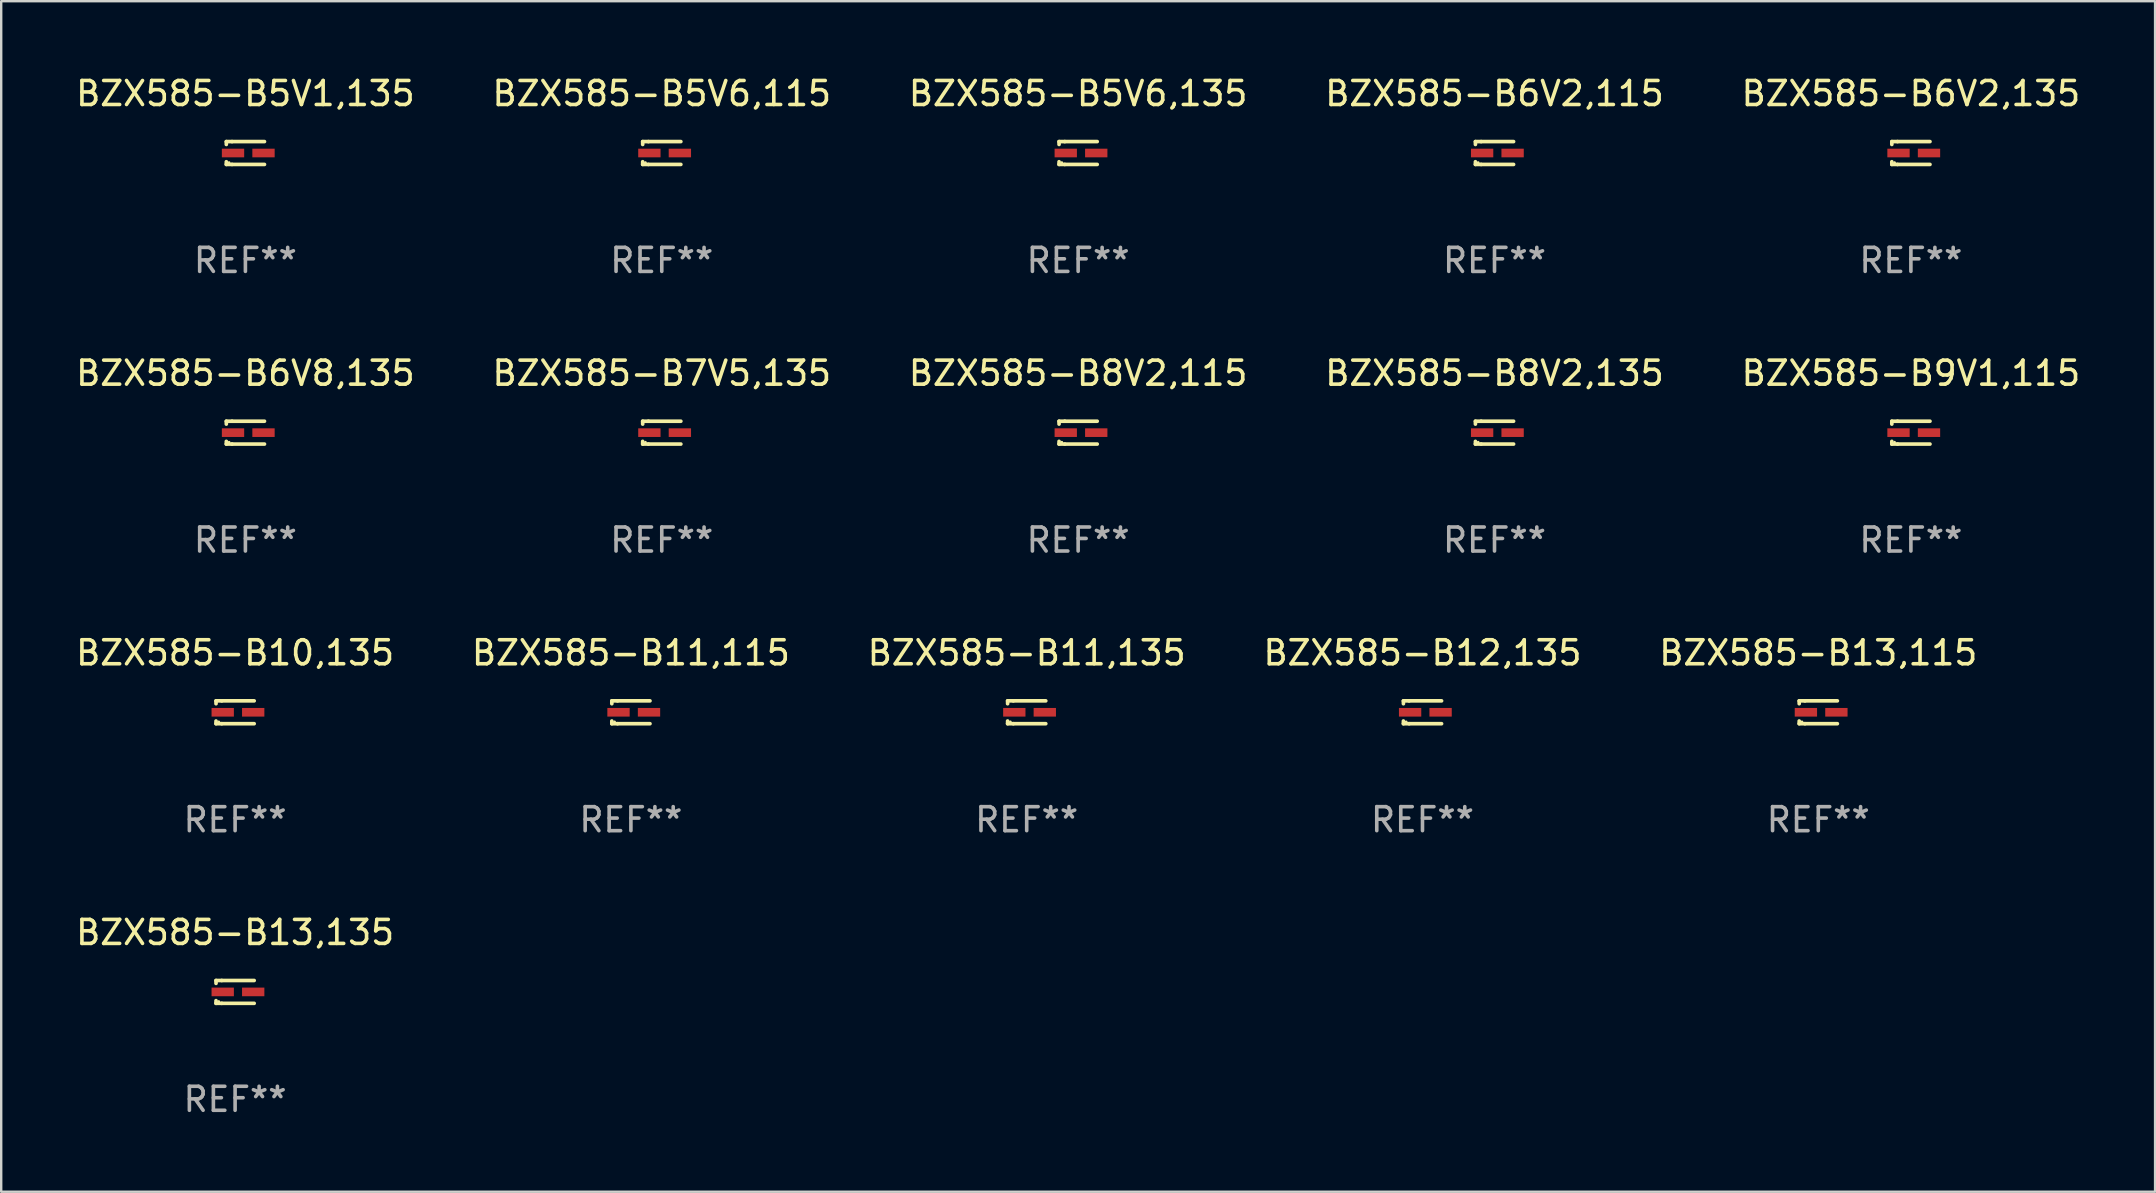
<source format=kicad_pcb>
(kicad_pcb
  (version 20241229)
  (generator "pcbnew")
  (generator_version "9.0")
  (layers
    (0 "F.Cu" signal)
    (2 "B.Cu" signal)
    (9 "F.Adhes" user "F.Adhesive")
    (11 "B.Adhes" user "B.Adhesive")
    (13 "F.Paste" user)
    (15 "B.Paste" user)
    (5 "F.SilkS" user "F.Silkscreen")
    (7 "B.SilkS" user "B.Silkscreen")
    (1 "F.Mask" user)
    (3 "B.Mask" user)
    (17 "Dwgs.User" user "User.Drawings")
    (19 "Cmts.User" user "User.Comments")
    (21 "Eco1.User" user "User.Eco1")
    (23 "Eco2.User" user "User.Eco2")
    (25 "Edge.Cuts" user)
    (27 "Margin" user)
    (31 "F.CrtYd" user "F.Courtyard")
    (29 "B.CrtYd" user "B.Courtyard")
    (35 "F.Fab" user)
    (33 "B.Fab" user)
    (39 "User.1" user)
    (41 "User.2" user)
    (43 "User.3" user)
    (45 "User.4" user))
  (footprint "BZX585-B11,135"
    (layer "F.Cu")
    (at 39.72 26.622)
    (property "Reference" "BZX585-B11,135" (at 0 -2.476 0) (layer "F.SilkS") (effects (font (size 1 1) (thickness 0.15))))
    (attr through_hole)
    (fp_line (start -0.795 -0.476) (end -0.795 -0.356) (stroke (width 0.152) (type solid)) (layer "F.SilkS"))
    (fp_line (start -0.795 0.363) (end -0.795 0.476) (stroke (width 0.152) (type solid)) (layer "F.SilkS"))
    (fp_line (start -0.795 0.476) (end -0.557 0.476) (stroke (width 0.152) (type solid)) (layer "F.SilkS"))
    (fp_line (start -0.557 -0.476) (end -0.795 -0.476) (stroke (width 0.152) (type solid)) (layer "F.SilkS"))
    (fp_line (start -0.557 -0.476) (end 0.795 -0.476) (stroke (width 0.152) (type solid)) (layer "F.SilkS"))
    (fp_line (start -0.557 0.476) (end 0.795 0.476) (stroke (width 0.152) (type solid)) (layer "F.SilkS"))
    (fp_circle (center -0.681 0.4) (end -0.651 0.4) (stroke (width 0.06) (type solid)) (fill no) (layer "F.SilkS"))
    (fp_text user "REF**" (at 0 4.476 0) (layer "F.Fab") (effects (font (size 1 1) (thickness 0.15))))
    (pad "1" smd rect (at -0.516 0 180) (size 0.93 0.36) (layers "F.Cu" "F.Mask" "F.Paste"))
    (pad "2" smd rect (at 0.754 0 180) (size 0.93 0.36) (layers "F.Cu" "F.Mask" "F.Paste")))
  (footprint "BZX585-B5V1,135"
    (layer "F.Cu")
    (at 7.173 3.324)
    (property "Reference" "BZX585-B5V1,135" (at 0 -2.476 0) (layer "F.SilkS") (effects (font (size 1 1) (thickness 0.15))))
    (attr through_hole)
    (fp_line (start -0.795 -0.476) (end -0.795 -0.356) (stroke (width 0.152) (type solid)) (layer "F.SilkS"))
    (fp_line (start -0.795 0.363) (end -0.795 0.476) (stroke (width 0.152) (type solid)) (layer "F.SilkS"))
    (fp_line (start -0.795 0.476) (end -0.557 0.476) (stroke (width 0.152) (type solid)) (layer "F.SilkS"))
    (fp_line (start -0.557 -0.476) (end -0.795 -0.476) (stroke (width 0.152) (type solid)) (layer "F.SilkS"))
    (fp_line (start -0.557 -0.476) (end 0.795 -0.476) (stroke (width 0.152) (type solid)) (layer "F.SilkS"))
    (fp_line (start -0.557 0.476) (end 0.795 0.476) (stroke (width 0.152) (type solid)) (layer "F.SilkS"))
    (fp_circle (center -0.681 0.4) (end -0.651 0.4) (stroke (width 0.06) (type solid)) (fill no) (layer "F.SilkS"))
    (fp_text user "REF**" (at 0 4.476 0) (layer "F.Fab") (effects (font (size 1 1) (thickness 0.15))))
    (pad "1" smd rect (at -0.516 0 180) (size 0.93 0.36) (layers "F.Cu" "F.Mask" "F.Paste"))
    (pad "2" smd rect (at 0.754 0 180) (size 0.93 0.36) (layers "F.Cu" "F.Mask" "F.Paste")))
  (footprint "BZX585-B9V1,115"
    (layer "F.Cu")
    (at 76.554 14.973)
    (property "Reference" "BZX585-B9V1,115" (at 0 -2.476 0) (layer "F.SilkS") (effects (font (size 1 1) (thickness 0.15))))
    (attr through_hole)
    (fp_line (start -0.795 -0.476) (end -0.795 -0.356) (stroke (width 0.152) (type solid)) (layer "F.SilkS"))
    (fp_line (start -0.795 0.363) (end -0.795 0.476) (stroke (width 0.152) (type solid)) (layer "F.SilkS"))
    (fp_line (start -0.795 0.476) (end -0.557 0.476) (stroke (width 0.152) (type solid)) (layer "F.SilkS"))
    (fp_line (start -0.557 -0.476) (end -0.795 -0.476) (stroke (width 0.152) (type solid)) (layer "F.SilkS"))
    (fp_line (start -0.557 -0.476) (end 0.795 -0.476) (stroke (width 0.152) (type solid)) (layer "F.SilkS"))
    (fp_line (start -0.557 0.476) (end 0.795 0.476) (stroke (width 0.152) (type solid)) (layer "F.SilkS"))
    (fp_circle (center -0.681 0.4) (end -0.651 0.4) (stroke (width 0.06) (type solid)) (fill no) (layer "F.SilkS"))
    (fp_text user "REF**" (at 0 4.476 0) (layer "F.Fab") (effects (font (size 1 1) (thickness 0.15))))
    (pad "1" smd rect (at -0.516 0 180) (size 0.93 0.36) (layers "F.Cu" "F.Mask" "F.Paste"))
    (pad "2" smd rect (at 0.754 0 180) (size 0.93 0.36) (layers "F.Cu" "F.Mask" "F.Paste")))
  (footprint "BZX585-B8V2,135"
    (layer "F.Cu")
    (at 59.208 14.973)
    (property "Reference" "BZX585-B8V2,135" (at 0 -2.476 0) (layer "F.SilkS") (effects (font (size 1 1) (thickness 0.15))))
    (attr through_hole)
    (fp_line (start -0.795 -0.476) (end -0.795 -0.356) (stroke (width 0.152) (type solid)) (layer "F.SilkS"))
    (fp_line (start -0.795 0.363) (end -0.795 0.476) (stroke (width 0.152) (type solid)) (layer "F.SilkS"))
    (fp_line (start -0.795 0.476) (end -0.557 0.476) (stroke (width 0.152) (type solid)) (layer "F.SilkS"))
    (fp_line (start -0.557 -0.476) (end -0.795 -0.476) (stroke (width 0.152) (type solid)) (layer "F.SilkS"))
    (fp_line (start -0.557 -0.476) (end 0.795 -0.476) (stroke (width 0.152) (type solid)) (layer "F.SilkS"))
    (fp_line (start -0.557 0.476) (end 0.795 0.476) (stroke (width 0.152) (type solid)) (layer "F.SilkS"))
    (fp_circle (center -0.681 0.4) (end -0.651 0.4) (stroke (width 0.06) (type solid)) (fill no) (layer "F.SilkS"))
    (fp_text user "REF**" (at 0 4.476 0) (layer "F.Fab") (effects (font (size 1 1) (thickness 0.15))))
    (pad "1" smd rect (at -0.516 0 180) (size 0.93 0.36) (layers "F.Cu" "F.Mask" "F.Paste"))
    (pad "2" smd rect (at 0.754 0 180) (size 0.93 0.36) (layers "F.Cu" "F.Mask" "F.Paste")))
  (footprint "BZX585-B13,115"
    (layer "F.Cu")
    (at 72.696 26.622)
    (property "Reference" "BZX585-B13,115" (at 0 -2.476 0) (layer "F.SilkS") (effects (font (size 1 1) (thickness 0.15))))
    (attr through_hole)
    (fp_line (start -0.795 -0.476) (end -0.795 -0.356) (stroke (width 0.152) (type solid)) (layer "F.SilkS"))
    (fp_line (start -0.795 0.363) (end -0.795 0.476) (stroke (width 0.152) (type solid)) (layer "F.SilkS"))
    (fp_line (start -0.795 0.476) (end -0.557 0.476) (stroke (width 0.152) (type solid)) (layer "F.SilkS"))
    (fp_line (start -0.557 -0.476) (end -0.795 -0.476) (stroke (width 0.152) (type solid)) (layer "F.SilkS"))
    (fp_line (start -0.557 -0.476) (end 0.795 -0.476) (stroke (width 0.152) (type solid)) (layer "F.SilkS"))
    (fp_line (start -0.557 0.476) (end 0.795 0.476) (stroke (width 0.152) (type solid)) (layer "F.SilkS"))
    (fp_circle (center -0.681 0.4) (end -0.651 0.4) (stroke (width 0.06) (type solid)) (fill no) (layer "F.SilkS"))
    (fp_text user "REF**" (at 0 4.476 0) (layer "F.Fab") (effects (font (size 1 1) (thickness 0.15))))
    (pad "1" smd rect (at -0.516 0 180) (size 0.93 0.36) (layers "F.Cu" "F.Mask" "F.Paste"))
    (pad "2" smd rect (at 0.754 0 180) (size 0.93 0.36) (layers "F.Cu" "F.Mask" "F.Paste")))
  (footprint "BZX585-B6V2,135"
    (layer "F.Cu")
    (at 76.554 3.324)
    (property "Reference" "BZX585-B6V2,135" (at 0 -2.476 0) (layer "F.SilkS") (effects (font (size 1 1) (thickness 0.15))))
    (attr through_hole)
    (fp_line (start -0.795 -0.476) (end -0.795 -0.356) (stroke (width 0.152) (type solid)) (layer "F.SilkS"))
    (fp_line (start -0.795 0.363) (end -0.795 0.476) (stroke (width 0.152) (type solid)) (layer "F.SilkS"))
    (fp_line (start -0.795 0.476) (end -0.557 0.476) (stroke (width 0.152) (type solid)) (layer "F.SilkS"))
    (fp_line (start -0.557 -0.476) (end -0.795 -0.476) (stroke (width 0.152) (type solid)) (layer "F.SilkS"))
    (fp_line (start -0.557 -0.476) (end 0.795 -0.476) (stroke (width 0.152) (type solid)) (layer "F.SilkS"))
    (fp_line (start -0.557 0.476) (end 0.795 0.476) (stroke (width 0.152) (type solid)) (layer "F.SilkS"))
    (fp_circle (center -0.681 0.4) (end -0.651 0.4) (stroke (width 0.06) (type solid)) (fill no) (layer "F.SilkS"))
    (fp_text user "REF**" (at 0 4.476 0) (layer "F.Fab") (effects (font (size 1 1) (thickness 0.15))))
    (pad "1" smd rect (at -0.516 0 180) (size 0.93 0.36) (layers "F.Cu" "F.Mask" "F.Paste"))
    (pad "2" smd rect (at 0.754 0 180) (size 0.93 0.36) (layers "F.Cu" "F.Mask" "F.Paste")))
  (footprint "BZX585-B12,135"
    (layer "F.Cu")
    (at 56.208 26.622)
    (property "Reference" "BZX585-B12,135" (at 0 -2.476 0) (layer "F.SilkS") (effects (font (size 1 1) (thickness 0.15))))
    (attr through_hole)
    (fp_line (start -0.795 -0.476) (end -0.795 -0.356) (stroke (width 0.152) (type solid)) (layer "F.SilkS"))
    (fp_line (start -0.795 0.363) (end -0.795 0.476) (stroke (width 0.152) (type solid)) (layer "F.SilkS"))
    (fp_line (start -0.795 0.476) (end -0.557 0.476) (stroke (width 0.152) (type solid)) (layer "F.SilkS"))
    (fp_line (start -0.557 -0.476) (end -0.795 -0.476) (stroke (width 0.152) (type solid)) (layer "F.SilkS"))
    (fp_line (start -0.557 -0.476) (end 0.795 -0.476) (stroke (width 0.152) (type solid)) (layer "F.SilkS"))
    (fp_line (start -0.557 0.476) (end 0.795 0.476) (stroke (width 0.152) (type solid)) (layer "F.SilkS"))
    (fp_circle (center -0.681 0.4) (end -0.651 0.4) (stroke (width 0.06) (type solid)) (fill no) (layer "F.SilkS"))
    (fp_text user "REF**" (at 0 4.476 0) (layer "F.Fab") (effects (font (size 1 1) (thickness 0.15))))
    (pad "1" smd rect (at -0.516 0 180) (size 0.93 0.36) (layers "F.Cu" "F.Mask" "F.Paste"))
    (pad "2" smd rect (at 0.754 0 180) (size 0.93 0.36) (layers "F.Cu" "F.Mask" "F.Paste")))
  (footprint "BZX585-B5V6,135"
    (layer "F.Cu")
    (at 41.863 3.324)
    (property "Reference" "BZX585-B5V6,135" (at 0 -2.476 0) (layer "F.SilkS") (effects (font (size 1 1) (thickness 0.15))))
    (attr through_hole)
    (fp_line (start -0.795 -0.476) (end -0.795 -0.356) (stroke (width 0.152) (type solid)) (layer "F.SilkS"))
    (fp_line (start -0.795 0.363) (end -0.795 0.476) (stroke (width 0.152) (type solid)) (layer "F.SilkS"))
    (fp_line (start -0.795 0.476) (end -0.557 0.476) (stroke (width 0.152) (type solid)) (layer "F.SilkS"))
    (fp_line (start -0.557 -0.476) (end -0.795 -0.476) (stroke (width 0.152) (type solid)) (layer "F.SilkS"))
    (fp_line (start -0.557 -0.476) (end 0.795 -0.476) (stroke (width 0.152) (type solid)) (layer "F.SilkS"))
    (fp_line (start -0.557 0.476) (end 0.795 0.476) (stroke (width 0.152) (type solid)) (layer "F.SilkS"))
    (fp_circle (center -0.681 0.4) (end -0.651 0.4) (stroke (width 0.06) (type solid)) (fill no) (layer "F.SilkS"))
    (fp_text user "REF**" (at 0 4.476 0) (layer "F.Fab") (effects (font (size 1 1) (thickness 0.15))))
    (pad "1" smd rect (at -0.516 0 180) (size 0.93 0.36) (layers "F.Cu" "F.Mask" "F.Paste"))
    (pad "2" smd rect (at 0.754 0 180) (size 0.93 0.36) (layers "F.Cu" "F.Mask" "F.Paste")))
  (footprint "BZX585-B11,115"
    (layer "F.Cu")
    (at 23.232 26.622)
    (property "Reference" "BZX585-B11,115" (at 0 -2.476 0) (layer "F.SilkS") (effects (font (size 1 1) (thickness 0.15))))
    (attr through_hole)
    (fp_line (start -0.795 -0.476) (end -0.795 -0.356) (stroke (width 0.152) (type solid)) (layer "F.SilkS"))
    (fp_line (start -0.795 0.363) (end -0.795 0.476) (stroke (width 0.152) (type solid)) (layer "F.SilkS"))
    (fp_line (start -0.795 0.476) (end -0.557 0.476) (stroke (width 0.152) (type solid)) (layer "F.SilkS"))
    (fp_line (start -0.557 -0.476) (end -0.795 -0.476) (stroke (width 0.152) (type solid)) (layer "F.SilkS"))
    (fp_line (start -0.557 -0.476) (end 0.795 -0.476) (stroke (width 0.152) (type solid)) (layer "F.SilkS"))
    (fp_line (start -0.557 0.476) (end 0.795 0.476) (stroke (width 0.152) (type solid)) (layer "F.SilkS"))
    (fp_circle (center -0.681 0.4) (end -0.651 0.4) (stroke (width 0.06) (type solid)) (fill no) (layer "F.SilkS"))
    (fp_text user "REF**" (at 0 4.476 0) (layer "F.Fab") (effects (font (size 1 1) (thickness 0.15))))
    (pad "1" smd rect (at -0.516 0 180) (size 0.93 0.36) (layers "F.Cu" "F.Mask" "F.Paste"))
    (pad "2" smd rect (at 0.754 0 180) (size 0.93 0.36) (layers "F.Cu" "F.Mask" "F.Paste")))
  (footprint "BZX585-B7V5,135"
    (layer "F.Cu")
    (at 24.518 14.973)
    (property "Reference" "BZX585-B7V5,135" (at 0 -2.476 0) (layer "F.SilkS") (effects (font (size 1 1) (thickness 0.15))))
    (attr through_hole)
    (fp_line (start -0.795 -0.476) (end -0.795 -0.356) (stroke (width 0.152) (type solid)) (layer "F.SilkS"))
    (fp_line (start -0.795 0.363) (end -0.795 0.476) (stroke (width 0.152) (type solid)) (layer "F.SilkS"))
    (fp_line (start -0.795 0.476) (end -0.557 0.476) (stroke (width 0.152) (type solid)) (layer "F.SilkS"))
    (fp_line (start -0.557 -0.476) (end -0.795 -0.476) (stroke (width 0.152) (type solid)) (layer "F.SilkS"))
    (fp_line (start -0.557 -0.476) (end 0.795 -0.476) (stroke (width 0.152) (type solid)) (layer "F.SilkS"))
    (fp_line (start -0.557 0.476) (end 0.795 0.476) (stroke (width 0.152) (type solid)) (layer "F.SilkS"))
    (fp_circle (center -0.681 0.4) (end -0.651 0.4) (stroke (width 0.06) (type solid)) (fill no) (layer "F.SilkS"))
    (fp_text user "REF**" (at 0 4.476 0) (layer "F.Fab") (effects (font (size 1 1) (thickness 0.15))))
    (pad "1" smd rect (at -0.516 0 180) (size 0.93 0.36) (layers "F.Cu" "F.Mask" "F.Paste"))
    (pad "2" smd rect (at 0.754 0 180) (size 0.93 0.36) (layers "F.Cu" "F.Mask" "F.Paste")))
  (footprint "BZX585-B10,135"
    (layer "F.Cu")
    (at 6.744 26.622)
    (property "Reference" "BZX585-B10,135" (at 0 -2.476 0) (layer "F.SilkS") (effects (font (size 1 1) (thickness 0.15))))
    (attr through_hole)
    (fp_line (start -0.795 -0.476) (end -0.795 -0.356) (stroke (width 0.152) (type solid)) (layer "F.SilkS"))
    (fp_line (start -0.795 0.363) (end -0.795 0.476) (stroke (width 0.152) (type solid)) (layer "F.SilkS"))
    (fp_line (start -0.795 0.476) (end -0.557 0.476) (stroke (width 0.152) (type solid)) (layer "F.SilkS"))
    (fp_line (start -0.557 -0.476) (end -0.795 -0.476) (stroke (width 0.152) (type solid)) (layer "F.SilkS"))
    (fp_line (start -0.557 -0.476) (end 0.795 -0.476) (stroke (width 0.152) (type solid)) (layer "F.SilkS"))
    (fp_line (start -0.557 0.476) (end 0.795 0.476) (stroke (width 0.152) (type solid)) (layer "F.SilkS"))
    (fp_circle (center -0.681 0.4) (end -0.651 0.4) (stroke (width 0.06) (type solid)) (fill no) (layer "F.SilkS"))
    (fp_text user "REF**" (at 0 4.476 0) (layer "F.Fab") (effects (font (size 1 1) (thickness 0.15))))
    (pad "1" smd rect (at -0.516 0 180) (size 0.93 0.36) (layers "F.Cu" "F.Mask" "F.Paste"))
    (pad "2" smd rect (at 0.754 0 180) (size 0.93 0.36) (layers "F.Cu" "F.Mask" "F.Paste")))
  (footprint "BZX585-B6V2,115"
    (layer "F.Cu")
    (at 59.208 3.324)
    (property "Reference" "BZX585-B6V2,115" (at 0 -2.476 0) (layer "F.SilkS") (effects (font (size 1 1) (thickness 0.15))))
    (attr through_hole)
    (fp_line (start -0.795 -0.476) (end -0.795 -0.356) (stroke (width 0.152) (type solid)) (layer "F.SilkS"))
    (fp_line (start -0.795 0.363) (end -0.795 0.476) (stroke (width 0.152) (type solid)) (layer "F.SilkS"))
    (fp_line (start -0.795 0.476) (end -0.557 0.476) (stroke (width 0.152) (type solid)) (layer "F.SilkS"))
    (fp_line (start -0.557 -0.476) (end -0.795 -0.476) (stroke (width 0.152) (type solid)) (layer "F.SilkS"))
    (fp_line (start -0.557 -0.476) (end 0.795 -0.476) (stroke (width 0.152) (type solid)) (layer "F.SilkS"))
    (fp_line (start -0.557 0.476) (end 0.795 0.476) (stroke (width 0.152) (type solid)) (layer "F.SilkS"))
    (fp_circle (center -0.681 0.4) (end -0.651 0.4) (stroke (width 0.06) (type solid)) (fill no) (layer "F.SilkS"))
    (fp_text user "REF**" (at 0 4.476 0) (layer "F.Fab") (effects (font (size 1 1) (thickness 0.15))))
    (pad "1" smd rect (at -0.516 0 180) (size 0.93 0.36) (layers "F.Cu" "F.Mask" "F.Paste"))
    (pad "2" smd rect (at 0.754 0 180) (size 0.93 0.36) (layers "F.Cu" "F.Mask" "F.Paste")))
  (footprint "BZX585-B13,135"
    (layer "F.Cu")
    (at 6.744 38.271)
    (property "Reference" "BZX585-B13,135" (at 0 -2.476 0) (layer "F.SilkS") (effects (font (size 1 1) (thickness 0.15))))
    (attr through_hole)
    (fp_line (start -0.795 -0.476) (end -0.795 -0.356) (stroke (width 0.152) (type solid)) (layer "F.SilkS"))
    (fp_line (start -0.795 0.363) (end -0.795 0.476) (stroke (width 0.152) (type solid)) (layer "F.SilkS"))
    (fp_line (start -0.795 0.476) (end -0.557 0.476) (stroke (width 0.152) (type solid)) (layer "F.SilkS"))
    (fp_line (start -0.557 -0.476) (end -0.795 -0.476) (stroke (width 0.152) (type solid)) (layer "F.SilkS"))
    (fp_line (start -0.557 -0.476) (end 0.795 -0.476) (stroke (width 0.152) (type solid)) (layer "F.SilkS"))
    (fp_line (start -0.557 0.476) (end 0.795 0.476) (stroke (width 0.152) (type solid)) (layer "F.SilkS"))
    (fp_circle (center -0.681 0.4) (end -0.651 0.4) (stroke (width 0.06) (type solid)) (fill no) (layer "F.SilkS"))
    (fp_text user "REF**" (at 0 4.476 0) (layer "F.Fab") (effects (font (size 1 1) (thickness 0.15))))
    (pad "1" smd rect (at -0.516 0 180) (size 0.93 0.36) (layers "F.Cu" "F.Mask" "F.Paste"))
    (pad "2" smd rect (at 0.754 0 180) (size 0.93 0.36) (layers "F.Cu" "F.Mask" "F.Paste")))
  (footprint "BZX585-B8V2,115"
    (layer "F.Cu")
    (at 41.863 14.973)
    (property "Reference" "BZX585-B8V2,115" (at 0 -2.476 0) (layer "F.SilkS") (effects (font (size 1 1) (thickness 0.15))))
    (attr through_hole)
    (fp_line (start -0.795 -0.476) (end -0.795 -0.356) (stroke (width 0.152) (type solid)) (layer "F.SilkS"))
    (fp_line (start -0.795 0.363) (end -0.795 0.476) (stroke (width 0.152) (type solid)) (layer "F.SilkS"))
    (fp_line (start -0.795 0.476) (end -0.557 0.476) (stroke (width 0.152) (type solid)) (layer "F.SilkS"))
    (fp_line (start -0.557 -0.476) (end -0.795 -0.476) (stroke (width 0.152) (type solid)) (layer "F.SilkS"))
    (fp_line (start -0.557 -0.476) (end 0.795 -0.476) (stroke (width 0.152) (type solid)) (layer "F.SilkS"))
    (fp_line (start -0.557 0.476) (end 0.795 0.476) (stroke (width 0.152) (type solid)) (layer "F.SilkS"))
    (fp_circle (center -0.681 0.4) (end -0.651 0.4) (stroke (width 0.06) (type solid)) (fill no) (layer "F.SilkS"))
    (fp_text user "REF**" (at 0 4.476 0) (layer "F.Fab") (effects (font (size 1 1) (thickness 0.15))))
    (pad "1" smd rect (at -0.516 0 180) (size 0.93 0.36) (layers "F.Cu" "F.Mask" "F.Paste"))
    (pad "2" smd rect (at 0.754 0 180) (size 0.93 0.36) (layers "F.Cu" "F.Mask" "F.Paste")))
  (footprint "BZX585-B5V6,115"
    (layer "F.Cu")
    (at 24.518 3.324)
    (property "Reference" "BZX585-B5V6,115" (at 0 -2.476 0) (layer "F.SilkS") (effects (font (size 1 1) (thickness 0.15))))
    (attr through_hole)
    (fp_line (start -0.795 -0.476) (end -0.795 -0.356) (stroke (width 0.152) (type solid)) (layer "F.SilkS"))
    (fp_line (start -0.795 0.363) (end -0.795 0.476) (stroke (width 0.152) (type solid)) (layer "F.SilkS"))
    (fp_line (start -0.795 0.476) (end -0.557 0.476) (stroke (width 0.152) (type solid)) (layer "F.SilkS"))
    (fp_line (start -0.557 -0.476) (end -0.795 -0.476) (stroke (width 0.152) (type solid)) (layer "F.SilkS"))
    (fp_line (start -0.557 -0.476) (end 0.795 -0.476) (stroke (width 0.152) (type solid)) (layer "F.SilkS"))
    (fp_line (start -0.557 0.476) (end 0.795 0.476) (stroke (width 0.152) (type solid)) (layer "F.SilkS"))
    (fp_circle (center -0.681 0.4) (end -0.651 0.4) (stroke (width 0.06) (type solid)) (fill no) (layer "F.SilkS"))
    (fp_text user "REF**" (at 0 4.476 0) (layer "F.Fab") (effects (font (size 1 1) (thickness 0.15))))
    (pad "1" smd rect (at -0.516 0 180) (size 0.93 0.36) (layers "F.Cu" "F.Mask" "F.Paste"))
    (pad "2" smd rect (at 0.754 0 180) (size 0.93 0.36) (layers "F.Cu" "F.Mask" "F.Paste")))
  (footprint "BZX585-B6V8,135"
    (layer "F.Cu")
    (at 7.173 14.973)
    (property "Reference" "BZX585-B6V8,135" (at 0 -2.476 0) (layer "F.SilkS") (effects (font (size 1 1) (thickness 0.15))))
    (attr through_hole)
    (fp_line (start -0.795 -0.476) (end -0.795 -0.356) (stroke (width 0.152) (type solid)) (layer "F.SilkS"))
    (fp_line (start -0.795 0.363) (end -0.795 0.476) (stroke (width 0.152) (type solid)) (layer "F.SilkS"))
    (fp_line (start -0.795 0.476) (end -0.557 0.476) (stroke (width 0.152) (type solid)) (layer "F.SilkS"))
    (fp_line (start -0.557 -0.476) (end -0.795 -0.476) (stroke (width 0.152) (type solid)) (layer "F.SilkS"))
    (fp_line (start -0.557 -0.476) (end 0.795 -0.476) (stroke (width 0.152) (type solid)) (layer "F.SilkS"))
    (fp_line (start -0.557 0.476) (end 0.795 0.476) (stroke (width 0.152) (type solid)) (layer "F.SilkS"))
    (fp_circle (center -0.681 0.4) (end -0.651 0.4) (stroke (width 0.06) (type solid)) (fill no) (layer "F.SilkS"))
    (fp_text user "REF**" (at 0 4.476 0) (layer "F.Fab") (effects (font (size 1 1) (thickness 0.15))))
    (pad "1" smd rect (at -0.516 0 180) (size 0.93 0.36) (layers "F.Cu" "F.Mask" "F.Paste"))
    (pad "2" smd rect (at 0.754 0 180) (size 0.93 0.36) (layers "F.Cu" "F.Mask" "F.Paste")))
  (gr_rect
    (start -3 -3)
    (end 86.726 46.596)
    (stroke (width 0.1) (type default))
    (fill no)
    (layer "Edge.Cuts")))
</source>
